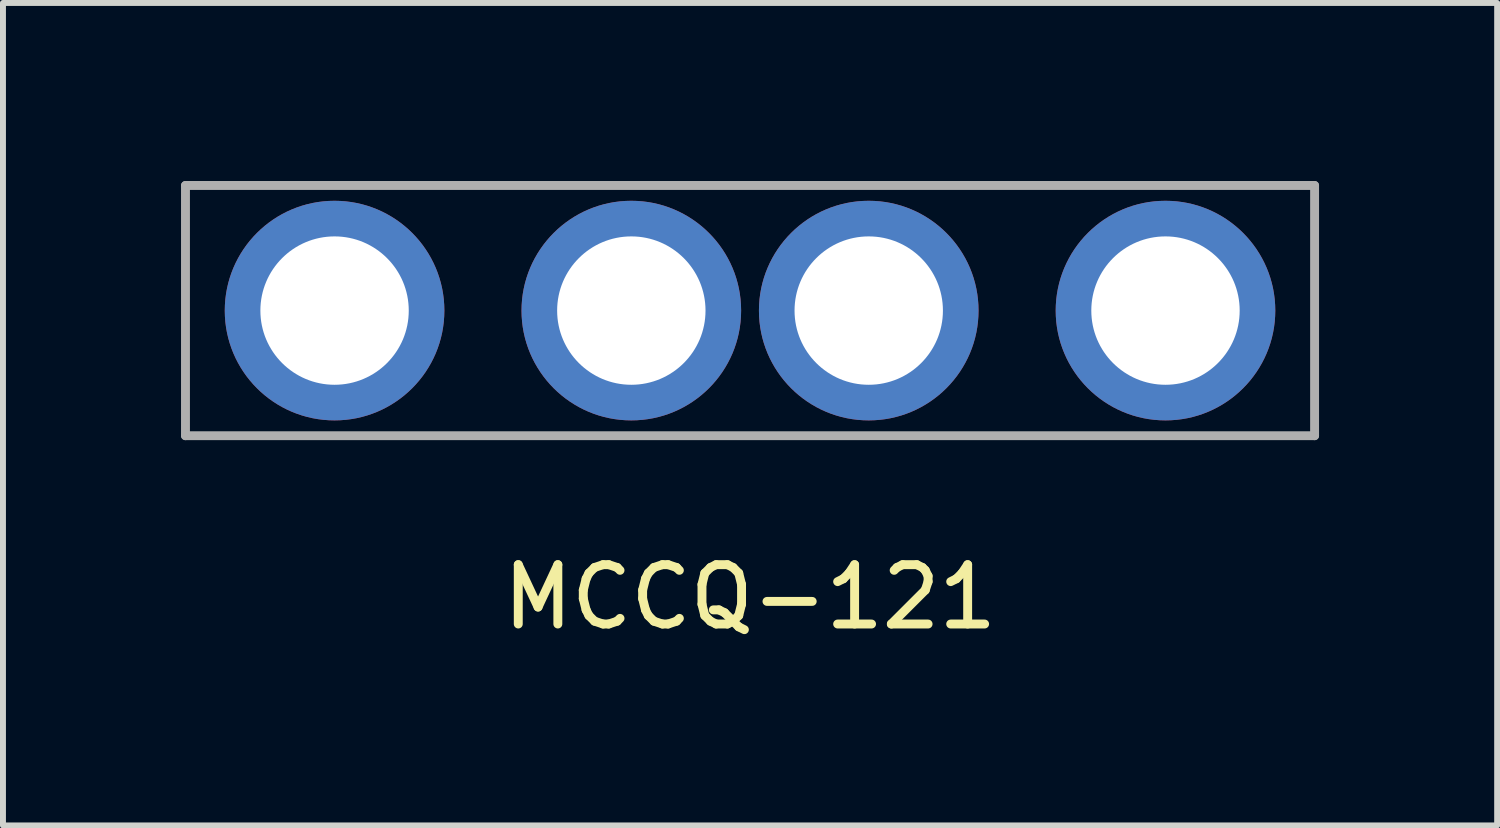
<source format=kicad_pcb>
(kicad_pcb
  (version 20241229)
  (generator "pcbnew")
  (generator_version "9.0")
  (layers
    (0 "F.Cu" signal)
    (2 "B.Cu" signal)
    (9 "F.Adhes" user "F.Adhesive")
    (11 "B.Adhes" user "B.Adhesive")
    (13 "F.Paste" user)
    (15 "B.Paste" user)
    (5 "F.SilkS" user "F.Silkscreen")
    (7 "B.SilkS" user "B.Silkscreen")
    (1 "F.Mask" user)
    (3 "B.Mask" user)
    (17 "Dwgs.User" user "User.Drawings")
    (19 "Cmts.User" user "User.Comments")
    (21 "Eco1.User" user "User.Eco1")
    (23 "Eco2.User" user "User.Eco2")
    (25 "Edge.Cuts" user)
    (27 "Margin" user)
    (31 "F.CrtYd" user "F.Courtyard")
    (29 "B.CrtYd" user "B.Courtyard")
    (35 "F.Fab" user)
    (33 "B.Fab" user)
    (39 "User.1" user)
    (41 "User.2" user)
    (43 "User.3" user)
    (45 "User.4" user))
  (footprint "MCCQ-121"
    (layer "F.Cu")
    (at 9.587 2.183)
    (property "Reference" "MCCQ-121" (at 0 4.826 0) (layer "F.SilkS") (effects (font (size 1 1) (thickness 0.15))))
    (attr through_hole)
    (fp_line (start -9.512 -2.108) (end 9.512 -2.108) (stroke (width 0.15) (type solid)) (layer "F.Fab"))
    (fp_line (start -9.512 2.108) (end -9.512 -2.108) (stroke (width 0.15) (type solid)) (layer "F.Fab"))
    (fp_line (start 9.512 -2.108) (end 9.512 2.108) (stroke (width 0.15) (type solid)) (layer "F.Fab"))
    (fp_line (start 9.512 2.108) (end -9.512 2.108) (stroke (width 0.15) (type solid)) (layer "F.Fab"))
    (pad "1" thru_hole circle (at -7 0) (size 3.7 3.7) (drill 2.5) (layers "*.Cu" "*.Mask"))
    (pad "2" thru_hole circle (at -2 0) (size 3.7 3.7) (drill 2.5) (layers "*.Cu" "*.Mask"))
    (pad "3" thru_hole circle (at 2 0) (size 3.7 3.7) (drill 2.5) (layers "*.Cu" "*.Mask"))
    (pad "4" thru_hole circle (at 7 0) (size 3.7 3.7) (drill 2.5) (layers "*.Cu" "*.Mask")))
  (gr_rect
    (start -3 -3)
    (end 22.175 10.857)
    (stroke (width 0.1) (type default))
    (fill no)
    (layer "Edge.Cuts")))
</source>
